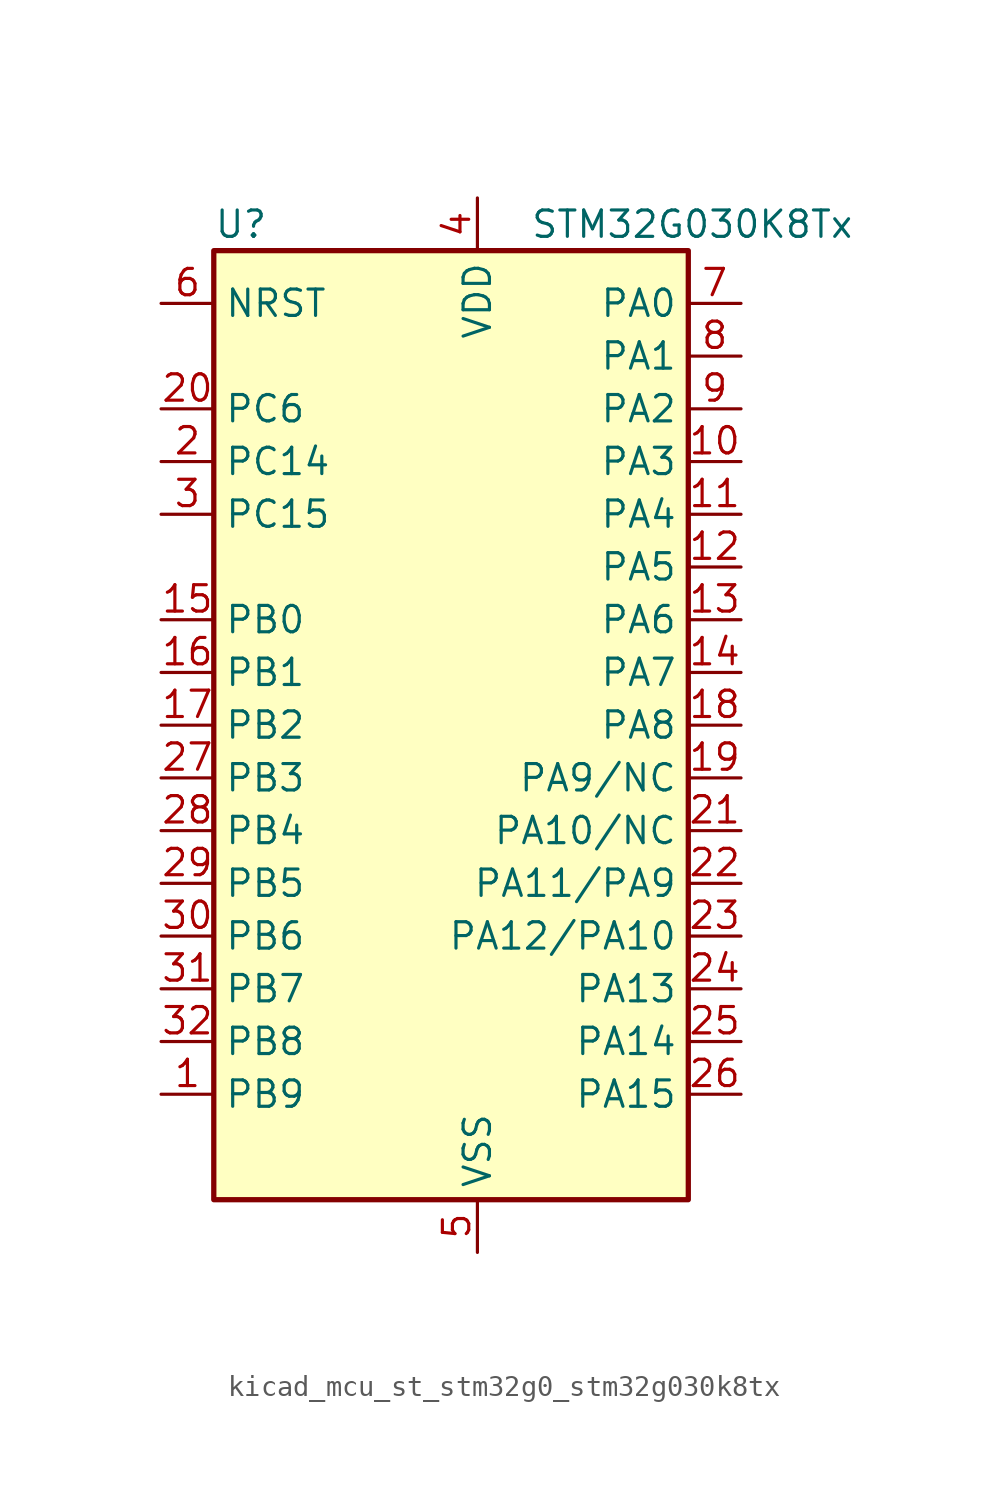
<source format=kicad_sym>
(kicad_symbol_lib
  (version 20220914)
  (generator kicad_symbol_editor)
  (symbol "kicad_mcu_st_stm32g0_stm32g030k8tx"
    (property "Reference" "U"
      (at -10.16 24.13 0)
      (effects (font (size 1.27 1.27)) (justify left)))
    (property "Value" "STM32G030K8Tx"
      (at 5.08 24.13 0)
      (effects (font (size 1.27 1.27)) (justify left)))
    (property "ki_locked" ""
      (at 0 0 0)
      (effects (font (size 1.27 1.27))))
    (symbol "kicad_mcu_st_stm32g0_stm32g030k8tx_0_1"
      (rectangle (start -10.16 -22.86) (end 12.7 22.86) (stroke (width 0.254) (type default)) (fill (type background))))
    (symbol "kicad_mcu_st_stm32g0_stm32g030k8tx_1_1"
      (pin bidirectional line (at -12.7 -17.78 0) (length 2.54) (name "PB9" (effects (font (size 1.27 1.27)))) (number "1" (effects (font (size 1.27 1.27)))) (alternate "I2C1_SDA" bidirectional line) (alternate "IR_OUT" bidirectional line) (alternate "SPI2_NSS" bidirectional line) (alternate "TIM17_CH1" bidirectional line))
      (pin bidirectional line (at 15.24 12.7 180) (length 2.54) (name "PA3" (effects (font (size 1.27 1.27)))) (number "10" (effects (font (size 1.27 1.27)))) (alternate "ADC1_IN3" bidirectional line) (alternate "SPI2_MISO" bidirectional line) (alternate "USART2_RX" bidirectional line))
      (pin bidirectional line (at 15.24 10.16 180) (length 2.54) (name "PA4" (effects (font (size 1.27 1.27)))) (number "11" (effects (font (size 1.27 1.27)))) (alternate "ADC1_IN4" bidirectional line) (alternate "I2S1_WS" bidirectional line) (alternate "RTC_OUT_ALARM" bidirectional line) (alternate "RTC_OUT_CALIB" bidirectional line) (alternate "RTC_TAMP_IN1" bidirectional line) (alternate "RTC_TS" bidirectional line) (alternate "SPI1_NSS" bidirectional line) (alternate "SPI2_MOSI" bidirectional line) (alternate "SYS_WKUP2" bidirectional line) (alternate "TIM14_CH1" bidirectional line))
      (pin bidirectional line (at 15.24 7.62 180) (length 2.54) (name "PA5" (effects (font (size 1.27 1.27)))) (number "12" (effects (font (size 1.27 1.27)))) (alternate "ADC1_IN5" bidirectional line) (alternate "I2S1_CK" bidirectional line) (alternate "SPI1_SCK" bidirectional line))
      (pin bidirectional line (at 15.24 5.08 180) (length 2.54) (name "PA6" (effects (font (size 1.27 1.27)))) (number "13" (effects (font (size 1.27 1.27)))) (alternate "ADC1_IN6" bidirectional line) (alternate "I2S1_MCK" bidirectional line) (alternate "SPI1_MISO" bidirectional line) (alternate "TIM16_CH1" bidirectional line) (alternate "TIM1_BK" bidirectional line) (alternate "TIM3_CH1" bidirectional line))
      (pin bidirectional line (at 15.24 2.54 180) (length 2.54) (name "PA7" (effects (font (size 1.27 1.27)))) (number "14" (effects (font (size 1.27 1.27)))) (alternate "ADC1_IN7" bidirectional line) (alternate "I2S1_SD" bidirectional line) (alternate "SPI1_MOSI" bidirectional line) (alternate "TIM14_CH1" bidirectional line) (alternate "TIM17_CH1" bidirectional line) (alternate "TIM1_CH1N" bidirectional line) (alternate "TIM3_CH2" bidirectional line))
      (pin bidirectional line (at -12.7 5.08 0) (length 2.54) (name "PB0" (effects (font (size 1.27 1.27)))) (number "15" (effects (font (size 1.27 1.27)))) (alternate "ADC1_IN8" bidirectional line) (alternate "I2S1_WS" bidirectional line) (alternate "SPI1_NSS" bidirectional line) (alternate "TIM1_CH2N" bidirectional line) (alternate "TIM3_CH3" bidirectional line))
      (pin bidirectional line (at -12.7 2.54 0) (length 2.54) (name "PB1" (effects (font (size 1.27 1.27)))) (number "16" (effects (font (size 1.27 1.27)))) (alternate "ADC1_IN9" bidirectional line) (alternate "TIM14_CH1" bidirectional line) (alternate "TIM1_CH3N" bidirectional line) (alternate "TIM3_CH4" bidirectional line))
      (pin bidirectional line (at -12.7 0 0) (length 2.54) (name "PB2" (effects (font (size 1.27 1.27)))) (number "17" (effects (font (size 1.27 1.27)))) (alternate "ADC1_IN10" bidirectional line) (alternate "SPI2_MISO" bidirectional line))
      (pin bidirectional line (at 15.24 0 180) (length 2.54) (name "PA8" (effects (font (size 1.27 1.27)))) (number "18" (effects (font (size 1.27 1.27)))) (alternate "RCC_MCO" bidirectional line) (alternate "SPI2_NSS" bidirectional line) (alternate "TIM1_CH1" bidirectional line))
      (pin bidirectional line (at 15.24 -2.54 180) (length 2.54) (name "PA9/NC" (effects (font (size 1.27 1.27)))) (number "19" (effects (font (size 1.27 1.27)))) (alternate "I2C1_SCL" bidirectional line) (alternate "RCC_MCO" bidirectional line) (alternate "SPI2_MISO" bidirectional line) (alternate "TIM1_CH2" bidirectional line) (alternate "USART1_TX" bidirectional line))
      (pin bidirectional line (at -12.7 12.7 0) (length 2.54) (name "PC14" (effects (font (size 1.27 1.27)))) (number "2" (effects (font (size 1.27 1.27)))) (alternate "RCC_OSC32_IN" bidirectional line) (alternate "RCC_OSC_IN" bidirectional line) (alternate "TIM1_BK2" bidirectional line))
      (pin bidirectional line (at -12.7 15.24 0) (length 2.54) (name "PC6" (effects (font (size 1.27 1.27)))) (number "20" (effects (font (size 1.27 1.27)))) (alternate "TIM3_CH1" bidirectional line))
      (pin bidirectional line (at 15.24 -5.08 180) (length 2.54) (name "PA10/NC" (effects (font (size 1.27 1.27)))) (number "21" (effects (font (size 1.27 1.27)))) (alternate "I2C1_SDA" bidirectional line) (alternate "SPI2_MOSI" bidirectional line) (alternate "TIM17_BK" bidirectional line) (alternate "TIM1_CH3" bidirectional line) (alternate "USART1_RX" bidirectional line))
      (pin bidirectional line (at 15.24 -7.62 180) (length 2.54) (name "PA11/PA9" (effects (font (size 1.27 1.27)))) (number "22" (effects (font (size 1.27 1.27)))) (alternate "ADC1_EXTI11" bidirectional line) (alternate "ADC1_IN15" bidirectional line) (alternate "I2C2_SCL" bidirectional line) (alternate "I2S1_MCK" bidirectional line) (alternate "SPI1_MISO" bidirectional line) (alternate "TIM1_BK2" bidirectional line) (alternate "TIM1_CH4" bidirectional line) (alternate "USART1_CTS" bidirectional line) (alternate "USART1_NSS" bidirectional line))
      (pin bidirectional line (at 15.24 -10.16 180) (length 2.54) (name "PA12/PA10" (effects (font (size 1.27 1.27)))) (number "23" (effects (font (size 1.27 1.27)))) (alternate "ADC1_IN16" bidirectional line) (alternate "I2C2_SDA" bidirectional line) (alternate "I2S1_SD" bidirectional line) (alternate "I2S_CKIN" bidirectional line) (alternate "SPI1_MOSI" bidirectional line) (alternate "TIM1_ETR" bidirectional line) (alternate "USART1_CK" bidirectional line) (alternate "USART1_DE" bidirectional line) (alternate "USART1_RTS" bidirectional line))
      (pin bidirectional line (at 15.24 -12.7 180) (length 2.54) (name "PA13" (effects (font (size 1.27 1.27)))) (number "24" (effects (font (size 1.27 1.27)))) (alternate "ADC1_IN17" bidirectional line) (alternate "IR_OUT" bidirectional line) (alternate "SYS_SWDIO" bidirectional line))
      (pin bidirectional line (at 15.24 -15.24 180) (length 2.54) (name "PA14" (effects (font (size 1.27 1.27)))) (number "25" (effects (font (size 1.27 1.27)))) (alternate "ADC1_IN18" bidirectional line) (alternate "SYS_SWCLK" bidirectional line) (alternate "USART2_TX" bidirectional line))
      (pin bidirectional line (at 15.24 -17.78 180) (length 2.54) (name "PA15" (effects (font (size 1.27 1.27)))) (number "26" (effects (font (size 1.27 1.27)))) (alternate "I2S1_WS" bidirectional line) (alternate "SPI1_NSS" bidirectional line) (alternate "USART2_RX" bidirectional line))
      (pin bidirectional line (at -12.7 -2.54 0) (length 2.54) (name "PB3" (effects (font (size 1.27 1.27)))) (number "27" (effects (font (size 1.27 1.27)))) (alternate "I2S1_CK" bidirectional line) (alternate "SPI1_SCK" bidirectional line) (alternate "TIM1_CH2" bidirectional line) (alternate "USART1_CK" bidirectional line) (alternate "USART1_DE" bidirectional line) (alternate "USART1_RTS" bidirectional line))
      (pin bidirectional line (at -12.7 -5.08 0) (length 2.54) (name "PB4" (effects (font (size 1.27 1.27)))) (number "28" (effects (font (size 1.27 1.27)))) (alternate "I2S1_MCK" bidirectional line) (alternate "SPI1_MISO" bidirectional line) (alternate "TIM17_BK" bidirectional line) (alternate "TIM3_CH1" bidirectional line) (alternate "USART1_CTS" bidirectional line) (alternate "USART1_NSS" bidirectional line))
      (pin bidirectional line (at -12.7 -7.62 0) (length 2.54) (name "PB5" (effects (font (size 1.27 1.27)))) (number "29" (effects (font (size 1.27 1.27)))) (alternate "I2C1_SMBA" bidirectional line) (alternate "I2S1_SD" bidirectional line) (alternate "SPI1_MOSI" bidirectional line) (alternate "SYS_WKUP6" bidirectional line) (alternate "TIM16_BK" bidirectional line) (alternate "TIM3_CH2" bidirectional line))
      (pin bidirectional line (at -12.7 10.16 0) (length 2.54) (name "PC15" (effects (font (size 1.27 1.27)))) (number "3" (effects (font (size 1.27 1.27)))) (alternate "RCC_OSC32_EN" bidirectional line) (alternate "RCC_OSC32_OUT" bidirectional line) (alternate "RCC_OSC_EN" bidirectional line))
      (pin bidirectional line (at -12.7 -10.16 0) (length 2.54) (name "PB6" (effects (font (size 1.27 1.27)))) (number "30" (effects (font (size 1.27 1.27)))) (alternate "I2C1_SCL" bidirectional line) (alternate "SPI2_MISO" bidirectional line) (alternate "TIM16_CH1N" bidirectional line) (alternate "TIM1_CH3" bidirectional line) (alternate "USART1_TX" bidirectional line))
      (pin bidirectional line (at -12.7 -12.7 0) (length 2.54) (name "PB7" (effects (font (size 1.27 1.27)))) (number "31" (effects (font (size 1.27 1.27)))) (alternate "ADC1_IN11" bidirectional line) (alternate "I2C1_SDA" bidirectional line) (alternate "SPI2_MOSI" bidirectional line) (alternate "SYS_PVD_IN" bidirectional line) (alternate "TIM17_CH1N" bidirectional line) (alternate "USART1_RX" bidirectional line))
      (pin bidirectional line (at -12.7 -15.24 0) (length 2.54) (name "PB8" (effects (font (size 1.27 1.27)))) (number "32" (effects (font (size 1.27 1.27)))) (alternate "I2C1_SCL" bidirectional line) (alternate "SPI2_SCK" bidirectional line) (alternate "TIM16_CH1" bidirectional line))
      (pin power_in line (at 2.54 25.4 270) (length 2.54) (name "VDD" (effects (font (size 1.27 1.27)))) (number "4" (effects (font (size 1.27 1.27)))))
      (pin power_in line (at 2.54 -25.4 90) (length 2.54) (name "VSS" (effects (font (size 1.27 1.27)))) (number "5" (effects (font (size 1.27 1.27)))))
      (pin input line (at -12.7 20.32 0) (length 2.54) (name "NRST" (effects (font (size 1.27 1.27)))) (number "6" (effects (font (size 1.27 1.27)))))
      (pin bidirectional line (at 15.24 20.32 180) (length 2.54) (name "PA0" (effects (font (size 1.27 1.27)))) (number "7" (effects (font (size 1.27 1.27)))) (alternate "ADC1_IN0" bidirectional line) (alternate "RTC_TAMP_IN2" bidirectional line) (alternate "SPI2_SCK" bidirectional line) (alternate "SYS_WKUP1" bidirectional line) (alternate "USART2_CTS" bidirectional line) (alternate "USART2_NSS" bidirectional line))
      (pin bidirectional line (at 15.24 17.78 180) (length 2.54) (name "PA1" (effects (font (size 1.27 1.27)))) (number "8" (effects (font (size 1.27 1.27)))) (alternate "ADC1_IN1" bidirectional line) (alternate "I2C1_SMBA" bidirectional line) (alternate "I2S1_CK" bidirectional line) (alternate "SPI1_SCK" bidirectional line) (alternate "USART2_CK" bidirectional line) (alternate "USART2_DE" bidirectional line) (alternate "USART2_RTS" bidirectional line))
      (pin bidirectional line (at 15.24 15.24 180) (length 2.54) (name "PA2" (effects (font (size 1.27 1.27)))) (number "9" (effects (font (size 1.27 1.27)))) (alternate "ADC1_IN2" bidirectional line) (alternate "I2S1_SD" bidirectional line) (alternate "RCC_LSCO" bidirectional line) (alternate "SPI1_MOSI" bidirectional line) (alternate "SYS_WKUP4" bidirectional line) (alternate "USART2_TX" bidirectional line)))))
</source>
